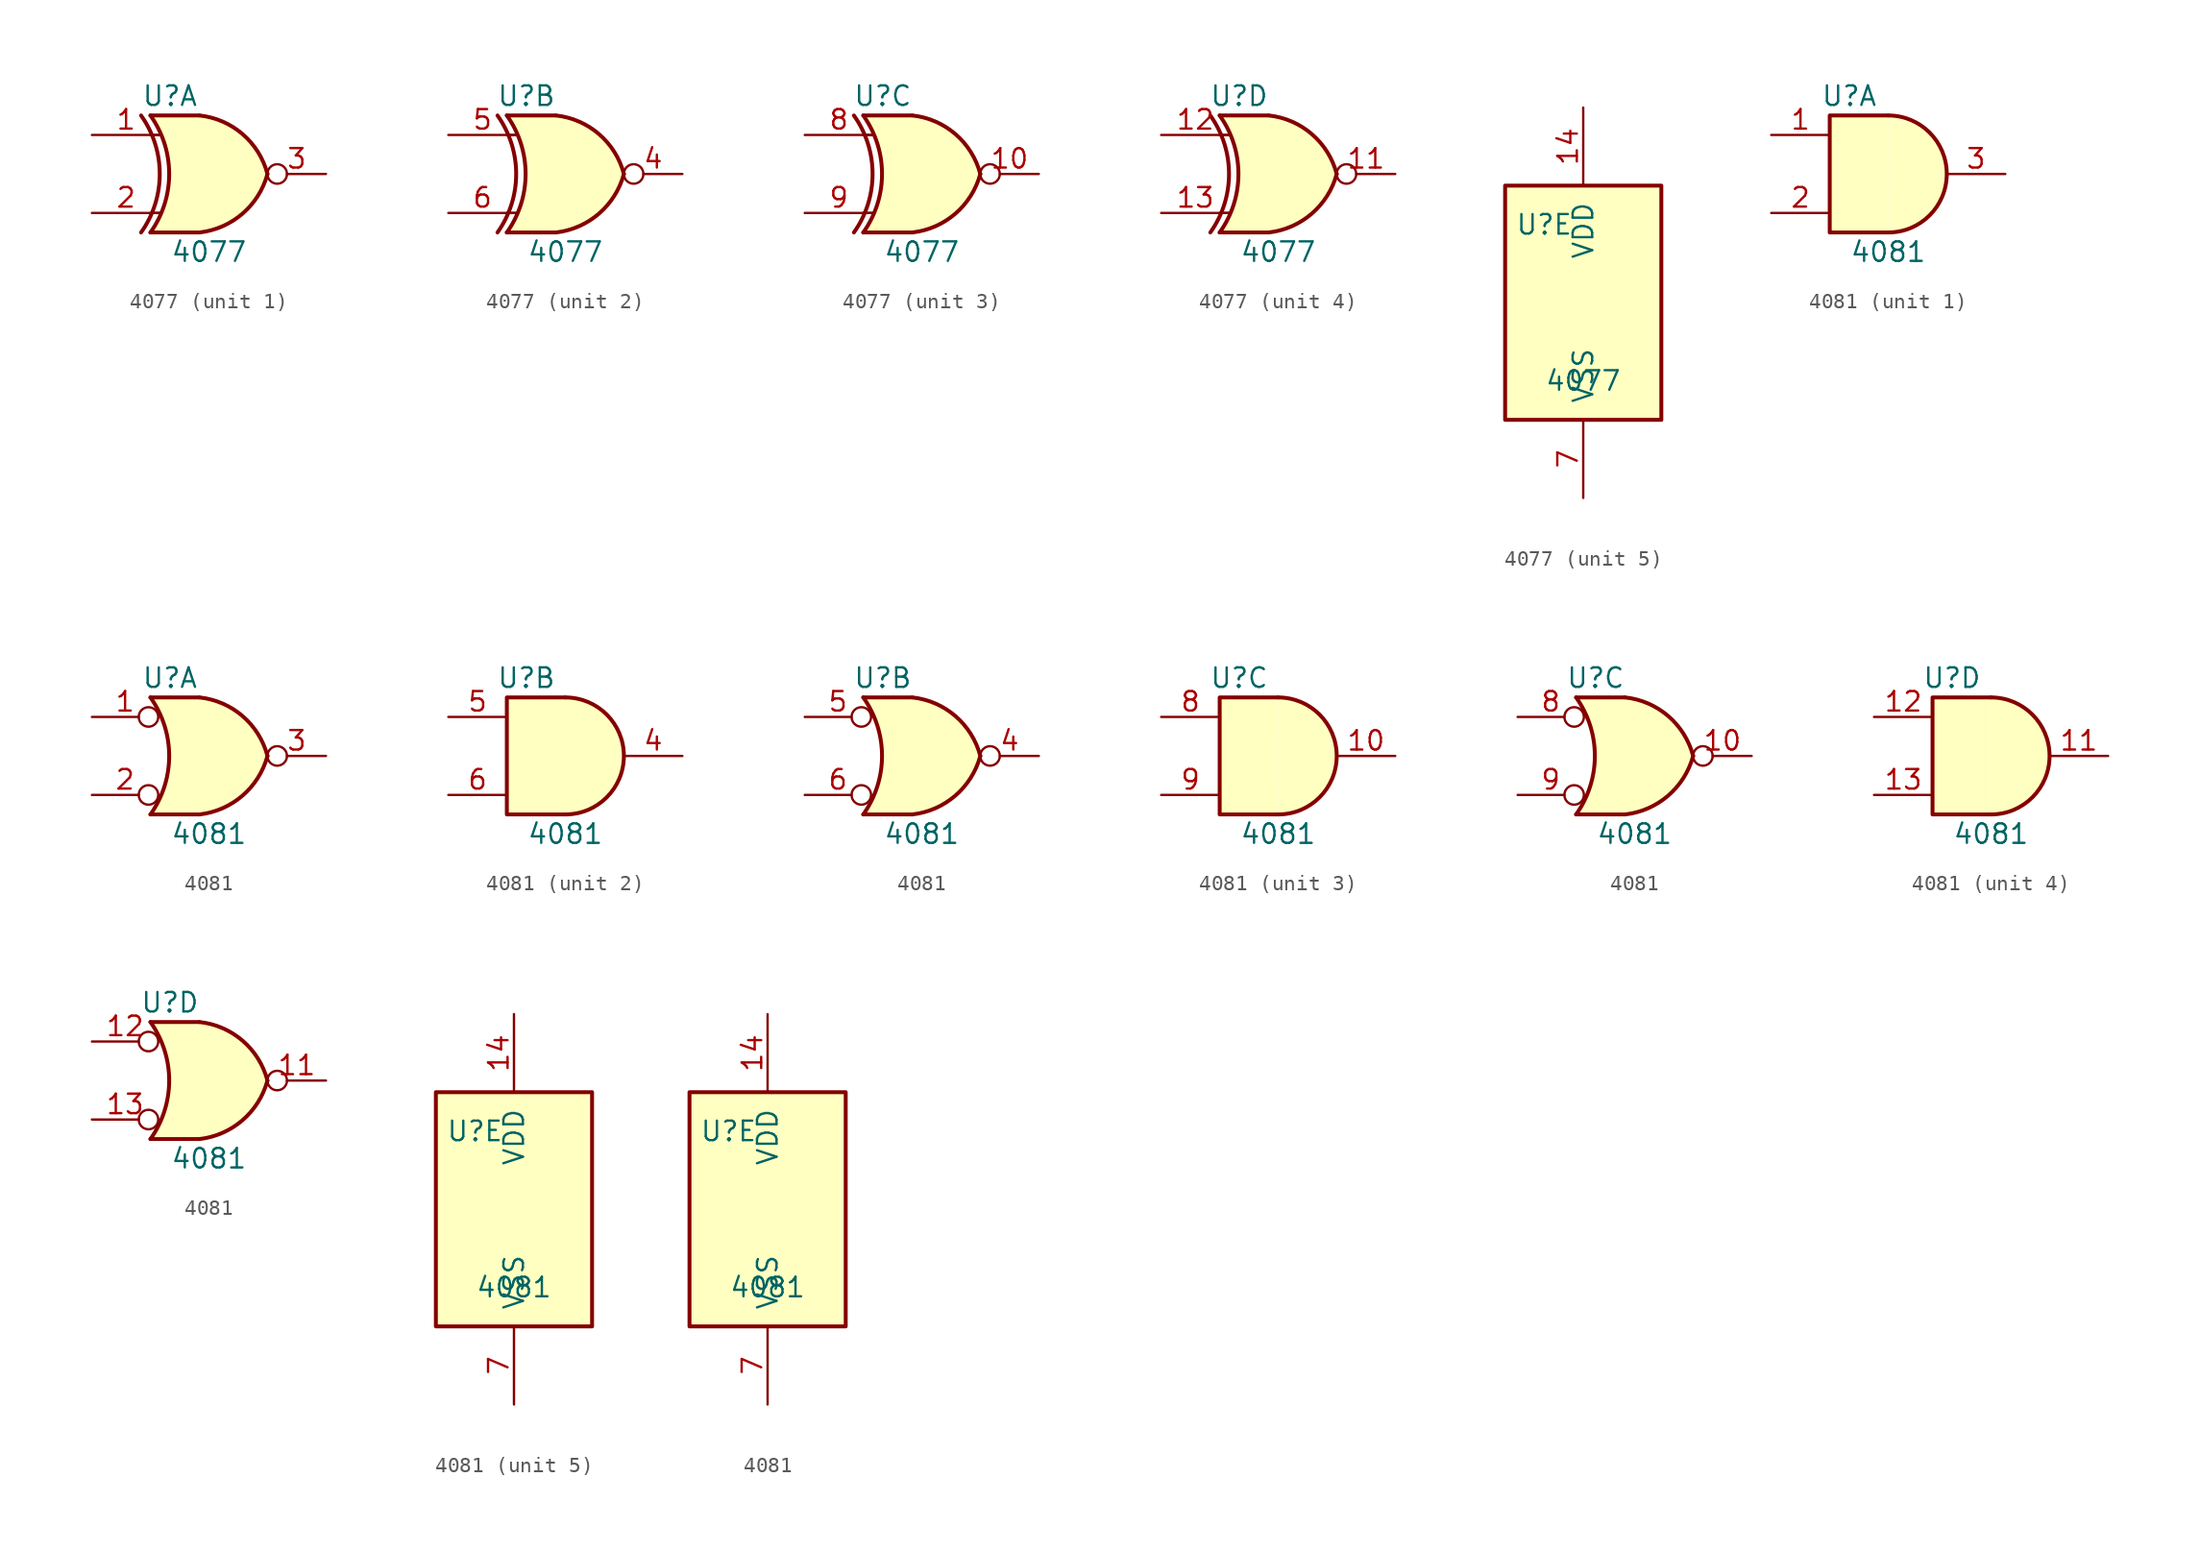
<source format=kicad_sym>
(kicad_symbol_lib
  (version 20211014)
  (generator kicad_symbol_editor)
  (symbol "4077"
    (pin_names
      (offset 1.016))
    (property "Reference" "U"
      (at -2.54 5.08 0)
      (effects (font (size 1.27 1.27))))
    (property "Value" "4077"
      (at 0 -5.08 0)
      (effects (font (size 1.27 1.27))))
    (property "ki_locked" ""
      (at 0 0 0)
      (effects (font (size 1.27 1.27))))
    (symbol "4077_1_0"
      (arc (start -4.4196 -3.81) (mid -3.2033 0) (end -4.4196 3.81) (stroke (width 0.254) (type default) (color 0 0 0 0)) (fill (type none)))
      (arc (start -3.81 -3.81) (mid -2.589 0) (end -3.81 3.81) (stroke (width 0.254) (type default) (color 0 0 0 0)) (fill (type none)))
      (arc (start -0.6096 -3.81) (mid 2.1842 -2.5851) (end 3.81 0) (stroke (width 0.254) (type default) (color 0 0 0 0)) (fill (type background)))
      (polyline (pts (xy -3.81 -3.81) (xy -0.635 -3.81)) (stroke (width 0.254) (type default) (color 0 0 0 0)) (fill (type background)))
      (polyline (pts (xy -3.81 3.81) (xy -0.635 3.81)) (stroke (width 0.254) (type default) (color 0 0 0 0)) (fill (type background)))
      (polyline (pts (xy -0.635 3.81) (xy -3.81 3.81) (xy -3.81 3.81) (xy -3.556 3.404) (xy -3.023 2.261) (xy -2.692 1.041) (xy -2.616 -0.254) (xy -2.769 -1.499) (xy -3.175 -2.718) (xy -3.81 -3.81) (xy -3.81 -3.81) (xy -0.635 -3.81)) (stroke (width -25.4) (type default) (color 0 0 0 0)) (fill (type background)))
      (arc (start 3.81 0) (mid 2.1915 2.5936) (end -0.6096 3.81) (stroke (width 0.254) (type default) (color 0 0 0 0)) (fill (type background)))
      (pin input line (at -7.62 2.54 0) (length 4.445) (name "~" (effects (font (size 1.27 1.27)))) (number "1" (effects (font (size 1.27 1.27)))))
      (pin input line (at -7.62 -2.54 0) (length 4.445) (name "~" (effects (font (size 1.27 1.27)))) (number "2" (effects (font (size 1.27 1.27)))))
      (pin output inverted (at 7.62 0 180) (length 3.81) (name "~" (effects (font (size 1.27 1.27)))) (number "3" (effects (font (size 1.27 1.27))))))
    (symbol "4077_1_1"
      (polyline (pts (xy -3.81 -2.54) (xy -3.175 -2.54)) (stroke (width 0.152) (type default) (color 0 0 0 0)) (fill (type none)))
      (polyline (pts (xy -3.81 2.54) (xy -3.175 2.54)) (stroke (width 0.152) (type default) (color 0 0 0 0)) (fill (type none))))
    (symbol "4077_2_0"
      (arc (start -4.4196 -3.81) (mid -3.2033 0) (end -4.4196 3.81) (stroke (width 0.254) (type default) (color 0 0 0 0)) (fill (type none)))
      (arc (start -3.81 -3.81) (mid -2.589 0) (end -3.81 3.81) (stroke (width 0.254) (type default) (color 0 0 0 0)) (fill (type none)))
      (arc (start -0.6096 -3.81) (mid 2.1842 -2.5851) (end 3.81 0) (stroke (width 0.254) (type default) (color 0 0 0 0)) (fill (type background)))
      (polyline (pts (xy -3.81 -3.81) (xy -0.635 -3.81)) (stroke (width 0.254) (type default) (color 0 0 0 0)) (fill (type background)))
      (polyline (pts (xy -3.81 3.81) (xy -0.635 3.81)) (stroke (width 0.254) (type default) (color 0 0 0 0)) (fill (type background)))
      (polyline (pts (xy -0.635 3.81) (xy -3.81 3.81) (xy -3.81 3.81) (xy -3.556 3.404) (xy -3.023 2.261) (xy -2.692 1.041) (xy -2.616 -0.254) (xy -2.769 -1.499) (xy -3.175 -2.718) (xy -3.81 -3.81) (xy -3.81 -3.81) (xy -0.635 -3.81)) (stroke (width -25.4) (type default) (color 0 0 0 0)) (fill (type background)))
      (arc (start 3.81 0) (mid 2.1915 2.5936) (end -0.6096 3.81) (stroke (width 0.254) (type default) (color 0 0 0 0)) (fill (type background)))
      (pin output inverted (at 7.62 0 180) (length 3.81) (name "~" (effects (font (size 1.27 1.27)))) (number "4" (effects (font (size 1.27 1.27)))))
      (pin input line (at -7.62 2.54 0) (length 4.445) (name "~" (effects (font (size 1.27 1.27)))) (number "5" (effects (font (size 1.27 1.27)))))
      (pin input line (at -7.62 -2.54 0) (length 4.445) (name "~" (effects (font (size 1.27 1.27)))) (number "6" (effects (font (size 1.27 1.27))))))
    (symbol "4077_2_1"
      (polyline (pts (xy -3.81 -2.54) (xy -3.175 -2.54)) (stroke (width 0.152) (type default) (color 0 0 0 0)) (fill (type none)))
      (polyline (pts (xy -3.81 2.54) (xy -3.175 2.54)) (stroke (width 0.152) (type default) (color 0 0 0 0)) (fill (type none))))
    (symbol "4077_3_0"
      (arc (start -4.4196 -3.81) (mid -3.2033 0) (end -4.4196 3.81) (stroke (width 0.254) (type default) (color 0 0 0 0)) (fill (type none)))
      (arc (start -3.81 -3.81) (mid -2.589 0) (end -3.81 3.81) (stroke (width 0.254) (type default) (color 0 0 0 0)) (fill (type none)))
      (arc (start -0.6096 -3.81) (mid 2.1842 -2.5851) (end 3.81 0) (stroke (width 0.254) (type default) (color 0 0 0 0)) (fill (type background)))
      (polyline (pts (xy -3.81 -3.81) (xy -0.635 -3.81)) (stroke (width 0.254) (type default) (color 0 0 0 0)) (fill (type background)))
      (polyline (pts (xy -3.81 3.81) (xy -0.635 3.81)) (stroke (width 0.254) (type default) (color 0 0 0 0)) (fill (type background)))
      (polyline (pts (xy -0.635 3.81) (xy -3.81 3.81) (xy -3.81 3.81) (xy -3.556 3.404) (xy -3.023 2.261) (xy -2.692 1.041) (xy -2.616 -0.254) (xy -2.769 -1.499) (xy -3.175 -2.718) (xy -3.81 -3.81) (xy -3.81 -3.81) (xy -0.635 -3.81)) (stroke (width -25.4) (type default) (color 0 0 0 0)) (fill (type background)))
      (arc (start 3.81 0) (mid 2.1915 2.5936) (end -0.6096 3.81) (stroke (width 0.254) (type default) (color 0 0 0 0)) (fill (type background)))
      (pin output inverted (at 7.62 0 180) (length 3.81) (name "~" (effects (font (size 1.27 1.27)))) (number "10" (effects (font (size 1.27 1.27)))))
      (pin input line (at -7.62 2.54 0) (length 4.445) (name "~" (effects (font (size 1.27 1.27)))) (number "8" (effects (font (size 1.27 1.27)))))
      (pin input line (at -7.62 -2.54 0) (length 4.445) (name "~" (effects (font (size 1.27 1.27)))) (number "9" (effects (font (size 1.27 1.27))))))
    (symbol "4077_3_1"
      (polyline (pts (xy -3.81 -2.54) (xy -3.175 -2.54)) (stroke (width 0.152) (type default) (color 0 0 0 0)) (fill (type none)))
      (polyline (pts (xy -3.81 2.54) (xy -3.175 2.54)) (stroke (width 0.152) (type default) (color 0 0 0 0)) (fill (type none))))
    (symbol "4077_4_0"
      (arc (start -4.4196 -3.81) (mid -3.2033 0) (end -4.4196 3.81) (stroke (width 0.254) (type default) (color 0 0 0 0)) (fill (type none)))
      (arc (start -3.81 -3.81) (mid -2.589 0) (end -3.81 3.81) (stroke (width 0.254) (type default) (color 0 0 0 0)) (fill (type none)))
      (arc (start -0.6096 -3.81) (mid 2.1842 -2.5851) (end 3.81 0) (stroke (width 0.254) (type default) (color 0 0 0 0)) (fill (type background)))
      (polyline (pts (xy -3.81 -3.81) (xy -0.635 -3.81)) (stroke (width 0.254) (type default) (color 0 0 0 0)) (fill (type background)))
      (polyline (pts (xy -3.81 3.81) (xy -0.635 3.81)) (stroke (width 0.254) (type default) (color 0 0 0 0)) (fill (type background)))
      (polyline (pts (xy -0.635 3.81) (xy -3.81 3.81) (xy -3.81 3.81) (xy -3.556 3.404) (xy -3.023 2.261) (xy -2.692 1.041) (xy -2.616 -0.254) (xy -2.769 -1.499) (xy -3.175 -2.718) (xy -3.81 -3.81) (xy -3.81 -3.81) (xy -0.635 -3.81)) (stroke (width -25.4) (type default) (color 0 0 0 0)) (fill (type background)))
      (arc (start 3.81 0) (mid 2.1915 2.5936) (end -0.6096 3.81) (stroke (width 0.254) (type default) (color 0 0 0 0)) (fill (type background)))
      (pin output inverted (at 7.62 0 180) (length 3.81) (name "~" (effects (font (size 1.27 1.27)))) (number "11" (effects (font (size 1.27 1.27)))))
      (pin input line (at -7.62 2.54 0) (length 4.445) (name "~" (effects (font (size 1.27 1.27)))) (number "12" (effects (font (size 1.27 1.27)))))
      (pin input line (at -7.62 -2.54 0) (length 4.445) (name "~" (effects (font (size 1.27 1.27)))) (number "13" (effects (font (size 1.27 1.27))))))
    (symbol "4077_4_1"
      (polyline (pts (xy -3.81 -2.54) (xy -3.175 -2.54)) (stroke (width 0.152) (type default) (color 0 0 0 0)) (fill (type none)))
      (polyline (pts (xy -3.81 2.54) (xy -3.175 2.54)) (stroke (width 0.152) (type default) (color 0 0 0 0)) (fill (type none))))
    (symbol "4077_5_0"
      (pin power_in line (at 0 12.7 270) (length 5.08) (name "VDD" (effects (font (size 1.27 1.27)))) (number "14" (effects (font (size 1.27 1.27)))))
      (pin power_in line (at 0 -12.7 90) (length 5.08) (name "VSS" (effects (font (size 1.27 1.27)))) (number "7" (effects (font (size 1.27 1.27))))))
    (symbol "4077_5_1"
      (rectangle (start -5.08 7.62) (end 5.08 -7.62) (stroke (width 0.254) (type default) (color 0 0 0 0)) (fill (type background)))))
  (symbol "4081"
    (pin_names
      (offset 1.016))
    (property "Reference" "U"
      (at -2.54 5.08 0)
      (effects (font (size 1.27 1.27))))
    (property "Value" "4081"
      (at 0 -5.08 0)
      (effects (font (size 1.27 1.27))))
    (property "ki_locked" ""
      (at 0 0 0)
      (effects (font (size 1.27 1.27))))
    (symbol "4081_1_1"
      (arc (start 0 -3.81) (mid 3.81 0) (end 0 3.81) (stroke (width 0.254) (type default) (color 0 0 0 0)) (fill (type background)))
      (polyline (pts (xy 0 3.81) (xy -3.81 3.81) (xy -3.81 -3.81) (xy 0 -3.81)) (stroke (width 0.254) (type default) (color 0 0 0 0)) (fill (type background)))
      (pin input line (at -7.62 2.54 0) (length 3.81) (name "~" (effects (font (size 1.27 1.27)))) (number "1" (effects (font (size 1.27 1.27)))))
      (pin input line (at -7.62 -2.54 0) (length 3.81) (name "~" (effects (font (size 1.27 1.27)))) (number "2" (effects (font (size 1.27 1.27)))))
      (pin output line (at 7.62 0 180) (length 3.81) (name "~" (effects (font (size 1.27 1.27)))) (number "3" (effects (font (size 1.27 1.27))))))
    (symbol "4081_1_2"
      (arc (start -3.81 -3.81) (mid -2.589 0) (end -3.81 3.81) (stroke (width 0.254) (type default) (color 0 0 0 0)) (fill (type none)))
      (arc (start -0.6096 -3.81) (mid 2.1842 -2.5851) (end 3.81 0) (stroke (width 0.254) (type default) (color 0 0 0 0)) (fill (type background)))
      (polyline (pts (xy -3.81 -3.81) (xy -0.635 -3.81)) (stroke (width 0.254) (type default) (color 0 0 0 0)) (fill (type background)))
      (polyline (pts (xy -3.81 3.81) (xy -0.635 3.81)) (stroke (width 0.254) (type default) (color 0 0 0 0)) (fill (type background)))
      (polyline (pts (xy -0.635 3.81) (xy -3.81 3.81) (xy -3.81 3.81) (xy -3.556 3.404) (xy -3.023 2.261) (xy -2.692 1.041) (xy -2.616 -0.254) (xy -2.769 -1.499) (xy -3.175 -2.718) (xy -3.81 -3.81) (xy -3.81 -3.81) (xy -0.635 -3.81)) (stroke (width -25.4) (type default) (color 0 0 0 0)) (fill (type background)))
      (arc (start 3.81 0) (mid 2.1915 2.5936) (end -0.6096 3.81) (stroke (width 0.254) (type default) (color 0 0 0 0)) (fill (type background)))
      (pin input inverted (at -7.62 2.54 0) (length 4.318) (name "~" (effects (font (size 1.27 1.27)))) (number "1" (effects (font (size 1.27 1.27)))))
      (pin input inverted (at -7.62 -2.54 0) (length 4.318) (name "~" (effects (font (size 1.27 1.27)))) (number "2" (effects (font (size 1.27 1.27)))))
      (pin output inverted (at 7.62 0 180) (length 3.81) (name "~" (effects (font (size 1.27 1.27)))) (number "3" (effects (font (size 1.27 1.27))))))
    (symbol "4081_2_1"
      (arc (start 0 -3.81) (mid 3.81 0) (end 0 3.81) (stroke (width 0.254) (type default) (color 0 0 0 0)) (fill (type background)))
      (polyline (pts (xy 0 3.81) (xy -3.81 3.81) (xy -3.81 -3.81) (xy 0 -3.81)) (stroke (width 0.254) (type default) (color 0 0 0 0)) (fill (type background)))
      (pin output line (at 7.62 0 180) (length 3.81) (name "~" (effects (font (size 1.27 1.27)))) (number "4" (effects (font (size 1.27 1.27)))))
      (pin input line (at -7.62 2.54 0) (length 3.81) (name "~" (effects (font (size 1.27 1.27)))) (number "5" (effects (font (size 1.27 1.27)))))
      (pin input line (at -7.62 -2.54 0) (length 3.81) (name "~" (effects (font (size 1.27 1.27)))) (number "6" (effects (font (size 1.27 1.27))))))
    (symbol "4081_2_2"
      (arc (start -3.81 -3.81) (mid -2.589 0) (end -3.81 3.81) (stroke (width 0.254) (type default) (color 0 0 0 0)) (fill (type none)))
      (arc (start -0.6096 -3.81) (mid 2.1842 -2.5851) (end 3.81 0) (stroke (width 0.254) (type default) (color 0 0 0 0)) (fill (type background)))
      (polyline (pts (xy -3.81 -3.81) (xy -0.635 -3.81)) (stroke (width 0.254) (type default) (color 0 0 0 0)) (fill (type background)))
      (polyline (pts (xy -3.81 3.81) (xy -0.635 3.81)) (stroke (width 0.254) (type default) (color 0 0 0 0)) (fill (type background)))
      (polyline (pts (xy -0.635 3.81) (xy -3.81 3.81) (xy -3.81 3.81) (xy -3.556 3.404) (xy -3.023 2.261) (xy -2.692 1.041) (xy -2.616 -0.254) (xy -2.769 -1.499) (xy -3.175 -2.718) (xy -3.81 -3.81) (xy -3.81 -3.81) (xy -0.635 -3.81)) (stroke (width -25.4) (type default) (color 0 0 0 0)) (fill (type background)))
      (arc (start 3.81 0) (mid 2.1915 2.5936) (end -0.6096 3.81) (stroke (width 0.254) (type default) (color 0 0 0 0)) (fill (type background)))
      (pin output inverted (at 7.62 0 180) (length 3.81) (name "~" (effects (font (size 1.27 1.27)))) (number "4" (effects (font (size 1.27 1.27)))))
      (pin input inverted (at -7.62 2.54 0) (length 4.318) (name "~" (effects (font (size 1.27 1.27)))) (number "5" (effects (font (size 1.27 1.27)))))
      (pin input inverted (at -7.62 -2.54 0) (length 4.318) (name "~" (effects (font (size 1.27 1.27)))) (number "6" (effects (font (size 1.27 1.27))))))
    (symbol "4081_3_1"
      (arc (start 0 -3.81) (mid 3.81 0) (end 0 3.81) (stroke (width 0.254) (type default) (color 0 0 0 0)) (fill (type background)))
      (polyline (pts (xy 0 3.81) (xy -3.81 3.81) (xy -3.81 -3.81) (xy 0 -3.81)) (stroke (width 0.254) (type default) (color 0 0 0 0)) (fill (type background)))
      (pin output line (at 7.62 0 180) (length 3.81) (name "~" (effects (font (size 1.27 1.27)))) (number "10" (effects (font (size 1.27 1.27)))))
      (pin input line (at -7.62 2.54 0) (length 3.81) (name "~" (effects (font (size 1.27 1.27)))) (number "8" (effects (font (size 1.27 1.27)))))
      (pin input line (at -7.62 -2.54 0) (length 3.81) (name "~" (effects (font (size 1.27 1.27)))) (number "9" (effects (font (size 1.27 1.27))))))
    (symbol "4081_3_2"
      (arc (start -3.81 -3.81) (mid -2.589 0) (end -3.81 3.81) (stroke (width 0.254) (type default) (color 0 0 0 0)) (fill (type none)))
      (arc (start -0.6096 -3.81) (mid 2.1842 -2.5851) (end 3.81 0) (stroke (width 0.254) (type default) (color 0 0 0 0)) (fill (type background)))
      (polyline (pts (xy -3.81 -3.81) (xy -0.635 -3.81)) (stroke (width 0.254) (type default) (color 0 0 0 0)) (fill (type background)))
      (polyline (pts (xy -3.81 3.81) (xy -0.635 3.81)) (stroke (width 0.254) (type default) (color 0 0 0 0)) (fill (type background)))
      (polyline (pts (xy -0.635 3.81) (xy -3.81 3.81) (xy -3.81 3.81) (xy -3.556 3.404) (xy -3.023 2.261) (xy -2.692 1.041) (xy -2.616 -0.254) (xy -2.769 -1.499) (xy -3.175 -2.718) (xy -3.81 -3.81) (xy -3.81 -3.81) (xy -0.635 -3.81)) (stroke (width -25.4) (type default) (color 0 0 0 0)) (fill (type background)))
      (arc (start 3.81 0) (mid 2.1915 2.5936) (end -0.6096 3.81) (stroke (width 0.254) (type default) (color 0 0 0 0)) (fill (type background)))
      (pin output inverted (at 7.62 0 180) (length 3.81) (name "~" (effects (font (size 1.27 1.27)))) (number "10" (effects (font (size 1.27 1.27)))))
      (pin input inverted (at -7.62 2.54 0) (length 4.318) (name "~" (effects (font (size 1.27 1.27)))) (number "8" (effects (font (size 1.27 1.27)))))
      (pin input inverted (at -7.62 -2.54 0) (length 4.318) (name "~" (effects (font (size 1.27 1.27)))) (number "9" (effects (font (size 1.27 1.27))))))
    (symbol "4081_4_1"
      (arc (start 0 -3.81) (mid 3.81 0) (end 0 3.81) (stroke (width 0.254) (type default) (color 0 0 0 0)) (fill (type background)))
      (polyline (pts (xy 0 3.81) (xy -3.81 3.81) (xy -3.81 -3.81) (xy 0 -3.81)) (stroke (width 0.254) (type default) (color 0 0 0 0)) (fill (type background)))
      (pin output line (at 7.62 0 180) (length 3.81) (name "~" (effects (font (size 1.27 1.27)))) (number "11" (effects (font (size 1.27 1.27)))))
      (pin input line (at -7.62 2.54 0) (length 3.81) (name "~" (effects (font (size 1.27 1.27)))) (number "12" (effects (font (size 1.27 1.27)))))
      (pin input line (at -7.62 -2.54 0) (length 3.81) (name "~" (effects (font (size 1.27 1.27)))) (number "13" (effects (font (size 1.27 1.27))))))
    (symbol "4081_4_2"
      (arc (start -3.81 -3.81) (mid -2.589 0) (end -3.81 3.81) (stroke (width 0.254) (type default) (color 0 0 0 0)) (fill (type none)))
      (arc (start -0.6096 -3.81) (mid 2.1842 -2.5851) (end 3.81 0) (stroke (width 0.254) (type default) (color 0 0 0 0)) (fill (type background)))
      (polyline (pts (xy -3.81 -3.81) (xy -0.635 -3.81)) (stroke (width 0.254) (type default) (color 0 0 0 0)) (fill (type background)))
      (polyline (pts (xy -3.81 3.81) (xy -0.635 3.81)) (stroke (width 0.254) (type default) (color 0 0 0 0)) (fill (type background)))
      (polyline (pts (xy -0.635 3.81) (xy -3.81 3.81) (xy -3.81 3.81) (xy -3.556 3.404) (xy -3.023 2.261) (xy -2.692 1.041) (xy -2.616 -0.254) (xy -2.769 -1.499) (xy -3.175 -2.718) (xy -3.81 -3.81) (xy -3.81 -3.81) (xy -0.635 -3.81)) (stroke (width -25.4) (type default) (color 0 0 0 0)) (fill (type background)))
      (arc (start 3.81 0) (mid 2.1915 2.5936) (end -0.6096 3.81) (stroke (width 0.254) (type default) (color 0 0 0 0)) (fill (type background)))
      (pin output inverted (at 7.62 0 180) (length 3.81) (name "~" (effects (font (size 1.27 1.27)))) (number "11" (effects (font (size 1.27 1.27)))))
      (pin input inverted (at -7.62 2.54 0) (length 4.318) (name "~" (effects (font (size 1.27 1.27)))) (number "12" (effects (font (size 1.27 1.27)))))
      (pin input inverted (at -7.62 -2.54 0) (length 4.318) (name "~" (effects (font (size 1.27 1.27)))) (number "13" (effects (font (size 1.27 1.27))))))
    (symbol "4081_5_0"
      (pin power_in line (at 0 12.7 270) (length 5.08) (name "VDD" (effects (font (size 1.27 1.27)))) (number "14" (effects (font (size 1.27 1.27)))))
      (pin power_in line (at 0 -12.7 90) (length 5.08) (name "VSS" (effects (font (size 1.27 1.27)))) (number "7" (effects (font (size 1.27 1.27))))))
    (symbol "4081_5_1"
      (rectangle (start -5.08 7.62) (end 5.08 -7.62) (stroke (width 0.254) (type default) (color 0 0 0 0)) (fill (type background))))
    (symbol "4081_5_2"
      (rectangle (start -5.08 7.62) (end 5.08 -7.62) (stroke (width 0.254) (type default) (color 0 0 0 0)) (fill (type background))))))
</source>
